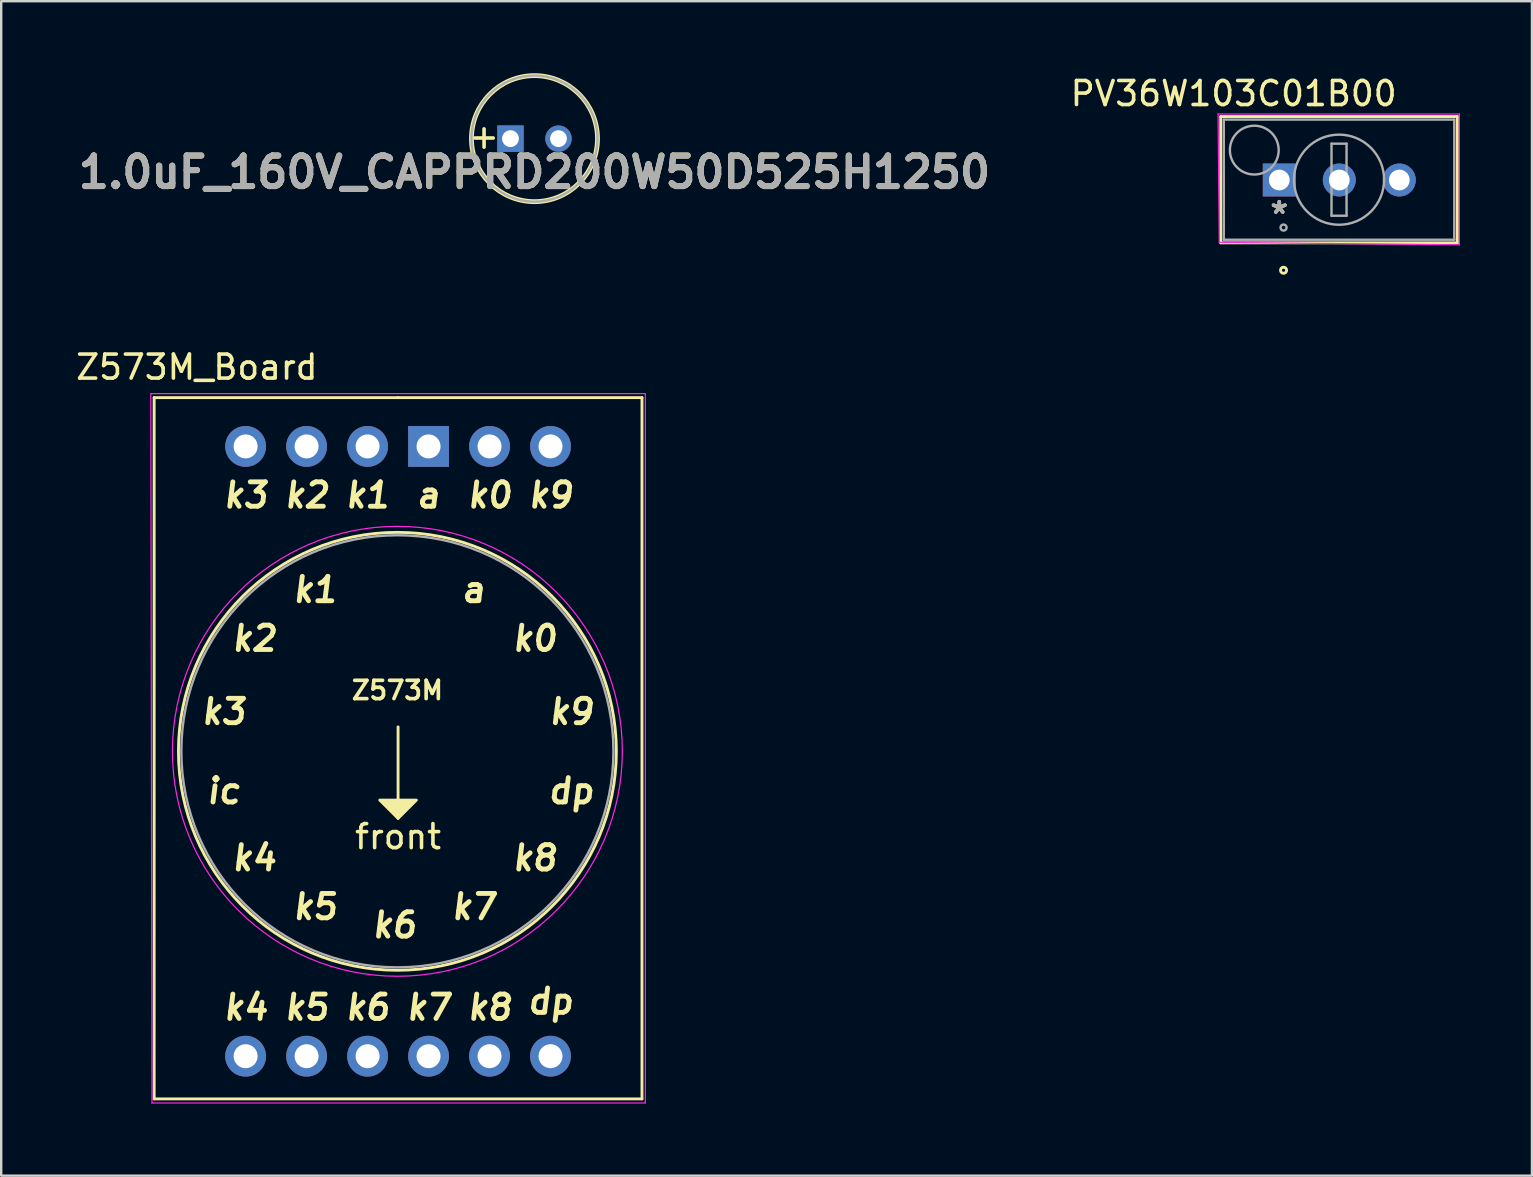
<source format=kicad_pcb>
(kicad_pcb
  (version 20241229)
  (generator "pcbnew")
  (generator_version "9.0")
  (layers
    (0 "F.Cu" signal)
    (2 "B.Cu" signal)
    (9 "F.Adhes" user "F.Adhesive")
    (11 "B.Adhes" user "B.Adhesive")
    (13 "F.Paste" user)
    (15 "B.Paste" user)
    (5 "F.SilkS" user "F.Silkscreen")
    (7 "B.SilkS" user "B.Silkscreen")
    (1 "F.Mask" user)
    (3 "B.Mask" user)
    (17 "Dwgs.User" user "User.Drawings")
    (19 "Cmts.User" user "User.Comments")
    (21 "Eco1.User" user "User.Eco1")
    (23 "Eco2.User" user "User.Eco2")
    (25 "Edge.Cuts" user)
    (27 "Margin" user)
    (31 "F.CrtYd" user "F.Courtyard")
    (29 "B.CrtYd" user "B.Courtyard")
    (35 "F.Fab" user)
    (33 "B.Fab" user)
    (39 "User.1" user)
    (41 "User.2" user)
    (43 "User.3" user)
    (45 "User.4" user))
  (footprint "Z573M_Board"
    (layer "F.Cu")
    (at 13.531 28.245)
    (property "Reference" "Z573M_Board" (at -8.382 -16.002 0) (unlocked yes) (layer "F.SilkS") (effects (font (size 1 1) (thickness 0.15))))
    (attr through_hole)
    (fp_line (start -10.16 -14.732) (end 0 -14.732) (stroke (width 0.12) (type solid)) (layer "F.SilkS"))
    (fp_line (start -10.16 14.478) (end -10.16 -14.732) (stroke (width 0.12) (type solid)) (layer "F.SilkS"))
    (fp_line (start 0 -14.732) (end 10.16 -14.732) (stroke (width 0.12) (type solid)) (layer "F.SilkS"))
    (fp_line (start 0 -1.016) (end 0 2.794) (stroke (width 0.12) (type solid)) (layer "F.SilkS"))
    (fp_line (start 10.16 -14.732) (end 10.16 14.478) (stroke (width 0.12) (type solid)) (layer "F.SilkS"))
    (fp_line (start 10.16 14.478) (end -10.16 14.478) (stroke (width 0.12) (type solid)) (layer "F.SilkS"))
    (fp_circle (center -0.028 0) (end -0.028 9.12) (stroke (width 0.12) (type solid)) (fill no) (layer "F.SilkS"))
    (fp_poly (pts (xy 0 2.794) (xy -0.762 2.032) (xy 0.762 2.032)) (stroke (width 0.12) (type solid)) (fill yes) (layer "F.SilkS"))
    (fp_line (start -10.25 14.65) (end -10.3 -14.9) (stroke (width 0.05) (type solid)) (layer "F.CrtYd"))
    (fp_line (start 10.3 -14.9) (end -10.3 -14.9) (stroke (width 0.05) (type solid)) (layer "F.CrtYd"))
    (fp_line (start 10.3 -14.9) (end 10.3 14.65) (stroke (width 0.05) (type solid)) (layer "F.CrtYd"))
    (fp_line (start 10.3 14.65) (end -10.25 14.65) (stroke (width 0.05) (type solid)) (layer "F.CrtYd"))
    (fp_circle (center -0.028 0) (end -0.028 9.37) (stroke (width 0.05) (type solid)) (fill no) (layer "F.CrtYd"))
    (fp_circle (center -0.028 0) (end -0.028 9) (stroke (width 0.1) (type solid)) (fill no) (layer "F.Fab"))
    (fp_text user "k0" (at 5.687 -4.699 0) (unlocked yes) (layer "F.SilkS") (effects (font (size 1.016 1.016) (thickness 0.203) (italic yes))))
    (fp_text user "k8" (at 3.81 10.668 0) (unlocked yes) (layer "F.SilkS") (effects (font (size 1.016 1.016) (thickness 0.203) (italic yes))))
    (fp_text user "Z573M" (at -0.028 -2.54 0) (unlocked yes) (layer "F.SilkS") (effects (font (size 0.762 0.762) (thickness 0.152))))
    (fp_text user "k6" (at -0.155 7.239 0) (unlocked yes) (layer "F.SilkS") (effects (font (size 1.016 1.016) (thickness 0.203) (italic yes))))
    (fp_text user "k2" (at -5.997 -4.699 0) (unlocked yes) (layer "F.SilkS") (effects (font (size 1.016 1.016) (thickness 0.203) (italic yes))))
    (fp_text user "k0" (at 3.81 -10.668 0) (unlocked yes) (layer "F.SilkS") (effects (font (size 1.016 1.016) (thickness 0.203) (italic yes))))
    (fp_text user "k4" (at -5.997 4.445 0) (unlocked yes) (layer "F.SilkS") (effects (font (size 1.016 1.016) (thickness 0.203) (italic yes))))
    (fp_text user "ic" (at -7.267 1.651 0) (unlocked yes) (layer "F.SilkS") (effects (font (size 1.016 1.016) (thickness 0.203) (italic yes))))
    (fp_text user "k8" (at 5.687 4.445 0) (unlocked yes) (layer "F.SilkS") (effects (font (size 1.016 1.016) (thickness 0.203) (italic yes))))
    (fp_text user "k6" (at -1.27 10.668 0) (unlocked yes) (layer "F.SilkS") (effects (font (size 1.016 1.016) (thickness 0.203) (italic yes))))
    (fp_text user "k9" (at 7.211 -1.651 0) (unlocked yes) (layer "F.SilkS") (effects (font (size 1.016 1.016) (thickness 0.203) (italic yes))))
    (fp_text user "a" (at 3.147 -6.731 0) (unlocked yes) (layer "F.SilkS") (effects (font (size 1.016 1.016) (thickness 0.203) (italic yes))))
    (fp_text user "dp" (at 6.35 10.414 0) (unlocked yes) (layer "F.SilkS") (effects (font (size 1.016 1.016) (thickness 0.203) (italic yes))))
    (fp_text user "front" (at 0 3.556 0) (unlocked yes) (layer "F.SilkS") (effects (font (size 1 1) (thickness 0.15))))
    (fp_text user "k5" (at -3.81 10.668 0) (unlocked yes) (layer "F.SilkS") (effects (font (size 1.016 1.016) (thickness 0.203) (italic yes))))
    (fp_text user "k5" (at -3.457 6.477 0) (unlocked yes) (layer "F.SilkS") (effects (font (size 1.016 1.016) (thickness 0.203) (italic yes))))
    (fp_text user "k3" (at -6.35 -10.668 0) (unlocked yes) (layer "F.SilkS") (effects (font (size 1.016 1.016) (thickness 0.203) (italic yes))))
    (fp_text user "k9" (at 6.35 -10.668 0) (unlocked yes) (layer "F.SilkS") (effects (font (size 1.016 1.016) (thickness 0.203) (italic yes))))
    (fp_text user "k1" (at -3.457 -6.731 0) (unlocked yes) (layer "F.SilkS") (effects (font (size 1.016 1.016) (thickness 0.203) (italic yes))))
    (fp_text user "a" (at 1.27 -10.668 0) (unlocked yes) (layer "F.SilkS") (effects (font (size 1.016 1.016) (thickness 0.203) (italic yes))))
    (fp_text user "dp" (at 7.211 1.651 0) (unlocked yes) (layer "F.SilkS") (effects (font (size 1.016 1.016) (thickness 0.203) (italic yes))))
    (fp_text user "k3" (at -7.267 -1.651 0) (unlocked yes) (layer "F.SilkS") (effects (font (size 1.016 1.016) (thickness 0.203) (italic yes))))
    (fp_text user "k7" (at 3.147 6.477 0) (unlocked yes) (layer "F.SilkS") (effects (font (size 1.016 1.016) (thickness 0.203) (italic yes))))
    (fp_text user "k1" (at -1.27 -10.668 0) (unlocked yes) (layer "F.SilkS") (effects (font (size 1.016 1.016) (thickness 0.203) (italic yes))))
    (fp_text user "k7" (at 1.27 10.668 0) (unlocked yes) (layer "F.SilkS") (effects (font (size 1.016 1.016) (thickness 0.203) (italic yes))))
    (fp_text user "k2" (at -3.81 -10.668 0) (unlocked yes) (layer "F.SilkS") (effects (font (size 1.016 1.016) (thickness 0.203) (italic yes))))
    (fp_text user "k4" (at -6.35 10.668 0) (unlocked yes) (layer "F.SilkS") (effects (font (size 1.016 1.016) (thickness 0.203) (italic yes))))
    (pad "1" thru_hole circle (at -6.35 -12.7) (size 1.7 1.7) (drill 1) (layers "*.Cu" "*.Mask"))
    (pad "2" thru_hole circle (at -3.81 -12.7) (size 1.7 1.7) (drill 1) (layers "*.Cu" "*.Mask"))
    (pad "3" thru_hole circle (at -1.27 -12.7) (size 1.7 1.7) (drill 1) (layers "*.Cu" "*.Mask"))
    (pad "4" thru_hole rect (at 1.27 -12.7) (size 1.7 1.7) (drill 1) (layers "*.Cu" "*.Mask"))
    (pad "5" thru_hole circle (at 3.81 -12.7) (size 1.7 1.7) (drill 1) (layers "*.Cu" "*.Mask"))
    (pad "6" thru_hole circle (at 6.35 -12.7) (size 1.7 1.7) (drill 1) (layers "*.Cu" "*.Mask"))
    (pad "7" thru_hole circle (at 6.35 12.7) (size 1.7 1.7) (drill 1) (layers "*.Cu" "*.Mask"))
    (pad "8" thru_hole circle (at 3.81 12.7) (size 1.7 1.7) (drill 1) (layers "*.Cu" "*.Mask"))
    (pad "9" thru_hole circle (at 1.27 12.7) (size 1.7 1.7) (drill 1) (layers "*.Cu" "*.Mask"))
    (pad "10" thru_hole circle (at -1.27 12.7) (size 1.7 1.7) (drill 1) (layers "*.Cu" "*.Mask"))
    (pad "11" thru_hole circle (at -3.81 12.7) (size 1.7 1.7) (drill 1) (layers "*.Cu" "*.Mask"))
    (pad "12" thru_hole circle (at -6.35 12.7) (size 1.7 1.7) (drill 1) (layers "*.Cu" "*.Mask")))
  (footprint "1.0uF_160V_CAPPRD200W50D525H1250"
    (layer "F.Cu")
    (at 18.213 2.725)
    (property "Reference" "1.0uF_160V_CAPPRD200W50D525H1250" (at 1 1.4 0) (layer "F.SilkS") (effects (font (size 1.27 1.27) (thickness 0.254))))
    (attr through_hole)
    (fp_circle (center 1 0) (end 1 2.625) (stroke (width 0.2) (type solid)) (fill no) (layer "F.SilkS"))
    (fp_circle (center 1 0) (end 1 2.625) (stroke (width 0.1) (type solid)) (fill no) (layer "F.Fab"))
    (fp_text user "+" (at -1.1 -0.1 0) (unlocked yes) (layer "F.SilkS") (effects (font (size 1 1) (thickness 0.15))))
    (fp_text user "${REFERENCE}" (at 1 1.4 0) (layer "F.Fab") (effects (font (size 1.27 1.27) (thickness 0.254))))
    (pad "1" thru_hole rect (at 0 0) (size 1.1 1.1) (drill 0.7) (layers "*.Cu" "*.Mask"))
    (pad "2" thru_hole circle (at 2 0) (size 1.1 1.1) (drill 0.7) (layers "*.Cu" "*.Mask")))
  (footprint "PV36W103C01B00"
    (layer "F.Cu")
    (at 50.237 4.448)
    (property "Reference" "PV36W103C01B00" (at -1.9 -3.6 0) (layer "F.SilkS") (effects (font (size 1 1) (thickness 0.15))))
    (attr through_hole)
    (fp_line (start -2.438 -2.642) (end -2.438 2.616) (stroke (width 0.12) (type solid)) (layer "F.SilkS"))
    (fp_line (start -2.438 2.616) (end 7.417 2.616) (stroke (width 0.12) (type solid)) (layer "F.SilkS"))
    (fp_line (start 7.417 -2.642) (end -2.438 -2.642) (stroke (width 0.12) (type solid)) (layer "F.SilkS"))
    (fp_line (start 7.417 2.616) (end 7.417 -2.642) (stroke (width 0.12) (type solid)) (layer "F.SilkS"))
    (fp_circle (center 0.178 3.759) (end 0.305 3.759) (stroke (width 0.12) (type solid)) (fill no) (layer "F.SilkS"))
    (fp_line (start -2.55 -2.75) (end 7.5 -2.75) (stroke (width 0.05) (type solid)) (layer "F.CrtYd"))
    (fp_line (start -2.5 2.6) (end -2.55 -2.75) (stroke (width 0.05) (type solid)) (layer "F.CrtYd"))
    (fp_line (start 7.5 -2.75) (end 7.5 2.7) (stroke (width 0.05) (type solid)) (layer "F.CrtYd"))
    (fp_line (start 7.5 2.7) (end -2.5 2.6) (stroke (width 0.05) (type solid)) (layer "F.CrtYd"))
    (fp_line (start -2.311 -2.515) (end -2.311 2.489) (stroke (width 0.1) (type solid)) (layer "F.Fab"))
    (fp_line (start -2.311 2.489) (end 7.29 2.489) (stroke (width 0.1) (type solid)) (layer "F.Fab"))
    (fp_line (start 2.176 -1.514) (end 2.176 1.488) (stroke (width 0.1) (type solid)) (layer "F.Fab"))
    (fp_line (start 2.176 -1.514) (end 2.802 -1.514) (stroke (width 0.1) (type solid)) (layer "F.Fab"))
    (fp_line (start 2.176 1.488) (end 2.802 1.488) (stroke (width 0.1) (type solid)) (layer "F.Fab"))
    (fp_line (start 2.802 -1.514) (end 2.802 1.488) (stroke (width 0.1) (type solid)) (layer "F.Fab"))
    (fp_line (start 7.29 -2.515) (end -2.311 -2.515) (stroke (width 0.1) (type solid)) (layer "F.Fab"))
    (fp_line (start 7.29 2.489) (end 7.29 -2.515) (stroke (width 0.1) (type solid)) (layer "F.Fab"))
    (fp_circle (center -1.041 -1.245) (end -0.025 -1.245) (stroke (width 0.1) (type solid)) (fill no) (layer "F.Fab"))
    (fp_circle (center 0.178 1.981) (end 0.305 1.981) (stroke (width 0.1) (type solid)) (fill no) (layer "F.Fab"))
    (fp_circle (center 2.489 -0.013) (end 4.366 -0.013) (stroke (width 0.1) (type solid)) (fill no) (layer "F.Fab"))
    (fp_text user "*" (at 0 1.45 0) (layer "F.SilkS") (effects (font (size 1 1) (thickness 0.15))))
    (fp_text user "Copyright 2021 Accelerated Designs. All rights reserved." (at 0 0 0) (layer "Cmts.User") (effects (font (size 0.127 0.127) (thickness 0.002))))
    (fp_text user "*" (at 0 1.45 0) (layer "F.Fab") (effects (font (size 1 1) (thickness 0.15))))
    (pad "1" thru_hole rect (at 0 0) (size 1.372 1.372) (drill 0.864) (layers "*.Cu" "*.Mask"))
    (pad "2" thru_hole circle (at 2.5 0) (size 1.372 1.372) (drill 0.864) (layers "*.Cu" "*.Mask"))
    (pad "3" thru_hole circle (at 5 0) (size 1.372 1.372) (drill 0.864) (layers "*.Cu" "*.Mask")))
  (gr_rect
    (start -3 -3)
    (end 60.762 45.92)
    (stroke (width 0.1) (type default))
    (fill no)
    (layer "Edge.Cuts")))
</source>
